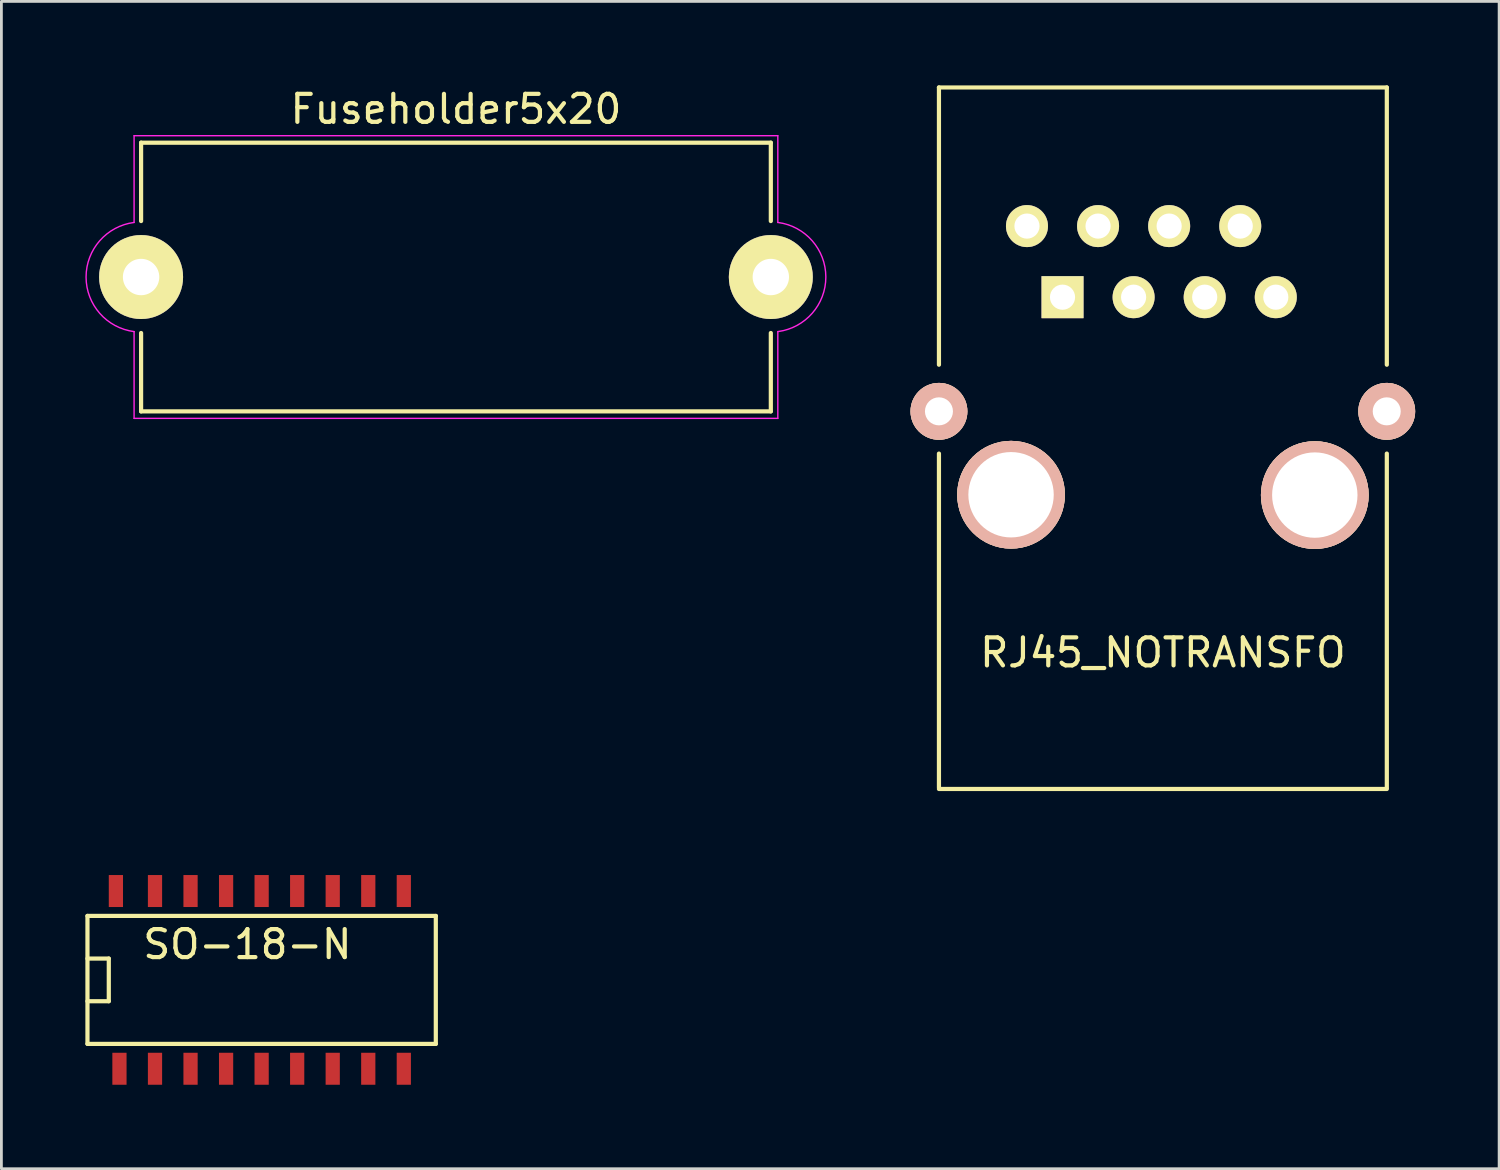
<source format=kicad_pcb>
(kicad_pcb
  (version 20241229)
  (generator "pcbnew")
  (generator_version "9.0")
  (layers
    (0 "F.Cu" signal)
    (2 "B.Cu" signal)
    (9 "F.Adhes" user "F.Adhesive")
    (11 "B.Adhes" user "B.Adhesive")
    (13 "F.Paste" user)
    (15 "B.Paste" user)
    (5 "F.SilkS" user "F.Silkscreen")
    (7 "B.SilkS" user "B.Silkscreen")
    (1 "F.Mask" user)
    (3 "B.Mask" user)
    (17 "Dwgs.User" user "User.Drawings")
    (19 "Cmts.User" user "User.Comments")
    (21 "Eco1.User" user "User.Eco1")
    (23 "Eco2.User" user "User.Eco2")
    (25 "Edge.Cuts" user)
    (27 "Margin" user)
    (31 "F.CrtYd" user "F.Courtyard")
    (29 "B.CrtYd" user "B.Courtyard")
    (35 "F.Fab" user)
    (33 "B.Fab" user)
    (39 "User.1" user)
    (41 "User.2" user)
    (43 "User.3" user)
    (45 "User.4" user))
  (footprint "SO-18-N"
    (layer "F.Cu")
    (at 6.298 31.961)
    (property "Reference" "SO-18-N" (at -0.508 -1.27 0) (layer "F.SilkS") (effects (font (size 1 1) (thickness 0.15))))
    (attr smd)
    (fp_line (start -6.223 -0.762) (end -5.461 -0.762) (stroke (width 0.15) (type solid)) (layer "F.SilkS"))
    (fp_line (start -6.223 2.286) (end -6.223 -2.286) (stroke (width 0.15) (type solid)) (layer "F.SilkS"))
    (fp_line (start -5.461 -0.762) (end -5.461 0.762) (stroke (width 0.15) (type solid)) (layer "F.SilkS"))
    (fp_line (start -5.461 0.762) (end -6.223 0.762) (stroke (width 0.15) (type solid)) (layer "F.SilkS"))
    (fp_line (start 6.223 -2.286) (end -6.223 -2.286) (stroke (width 0.15) (type solid)) (layer "F.SilkS"))
    (fp_line (start 6.223 -2.286) (end 6.223 2.286) (stroke (width 0.15) (type solid)) (layer "F.SilkS"))
    (fp_line (start 6.223 2.286) (end -6.223 2.286) (stroke (width 0.15) (type solid)) (layer "F.SilkS"))
    (pad "1" smd rect (at -5.08 3.175) (size 0.508 1.143) (layers "F.Cu" "F.Mask" "F.Paste"))
    (pad "2" smd rect (at -3.81 3.175) (size 0.508 1.143) (layers "F.Cu" "F.Mask" "F.Paste"))
    (pad "3" smd rect (at -2.54 3.175) (size 0.508 1.143) (layers "F.Cu" "F.Mask" "F.Paste"))
    (pad "4" smd rect (at -1.27 3.175) (size 0.508 1.143) (layers "F.Cu" "F.Mask" "F.Paste"))
    (pad "5" smd rect (at 0 3.175) (size 0.508 1.143) (layers "F.Cu" "F.Mask" "F.Paste"))
    (pad "6" smd rect (at 1.27 3.175) (size 0.508 1.143) (layers "F.Cu" "F.Mask" "F.Paste"))
    (pad "7" smd rect (at 2.54 3.175) (size 0.508 1.143) (layers "F.Cu" "F.Mask" "F.Paste"))
    (pad "8" smd rect (at 3.81 3.175) (size 0.508 1.143) (layers "F.Cu" "F.Mask" "F.Paste"))
    (pad "9" smd rect (at 5.08 3.175) (size 0.508 1.143) (layers "F.Cu" "F.Mask" "F.Paste"))
    (pad "10" smd rect (at 5.08 -3.175) (size 0.508 1.143) (layers "F.Cu" "F.Mask" "F.Paste"))
    (pad "11" smd rect (at 3.81 -3.175) (size 0.508 1.143) (layers "F.Cu" "F.Mask" "F.Paste"))
    (pad "12" smd rect (at 2.54 -3.175) (size 0.508 1.143) (layers "F.Cu" "F.Mask" "F.Paste"))
    (pad "13" smd rect (at 1.27 -3.175) (size 0.508 1.143) (layers "F.Cu" "F.Mask" "F.Paste"))
    (pad "14" smd rect (at 0 -3.175) (size 0.508 1.143) (layers "F.Cu" "F.Mask" "F.Paste"))
    (pad "15" smd rect (at -1.27 -3.175) (size 0.508 1.143) (layers "F.Cu" "F.Mask" "F.Paste"))
    (pad "16" smd rect (at -2.54 -3.175) (size 0.508 1.143) (layers "F.Cu" "F.Mask" "F.Paste"))
    (pad "17" smd rect (at -3.81 -3.175) (size 0.508 1.143) (layers "F.Cu" "F.Mask" "F.Paste"))
    (pad "18" smd rect (at -5.207 -3.175) (size 0.508 1.143) (layers "F.Cu" "F.Mask" "F.Paste")))
  (footprint "RJ45_NOTRANSFO"
    (layer "F.Cu")
    (at 38.499 12.14)
    (property "Reference" "RJ45_NOTRANSFO" (at 0 8.128 0) (layer "F.SilkS") (effects (font (size 1 1) (thickness 0.15))))
    (attr through_hole)
    (fp_line (start -8.001 -2.159) (end -8.001 -12.065) (stroke (width 0.15) (type solid)) (layer "F.SilkS"))
    (fp_line (start -8.001 12.954) (end -8.001 1.016) (stroke (width 0.15) (type solid)) (layer "F.SilkS"))
    (fp_line (start -8.001 13) (end 8.001 13) (stroke (width 0.15) (type solid)) (layer "F.SilkS"))
    (fp_line (start 8.001 -12.065) (end -8.001 -12.065) (stroke (width 0.15) (type solid)) (layer "F.SilkS"))
    (fp_line (start 8.001 -2.159) (end 8.001 -12.065) (stroke (width 0.15) (type solid)) (layer "F.SilkS"))
    (fp_line (start 8.001 12.954) (end 8.001 1.016) (stroke (width 0.15) (type solid)) (layer "F.SilkS"))
    (pad "" thru_hole circle (at -8.001 -0.493) (size 2.032 2.032) (drill 1.001) (layers "*.Cu" "*.SilkS" "*.Mask"))
    (pad "" thru_hole circle (at 7.998 -0.493) (size 2.032 2.032) (drill 1.001) (layers "*.Cu" "*.SilkS" "*.Mask"))
    (pad "1" thru_hole rect (at -3.586 -4.572) (size 1.501 1.501) (drill 0.899) (layers "*.Cu" "*.Mask" "F.SilkS"))
    (pad "2" thru_hole circle (at -4.856 -7.112) (size 1.501 1.501) (drill 0.899) (layers "*.Cu" "*.Mask" "F.SilkS"))
    (pad "3" thru_hole circle (at -1.046 -4.572) (size 1.501 1.501) (drill 0.899) (layers "*.Cu" "*.Mask" "F.SilkS"))
    (pad "4" thru_hole circle (at -2.316 -7.112) (size 1.501 1.501) (drill 0.899) (layers "*.Cu" "*.Mask" "F.SilkS"))
    (pad "5" thru_hole circle (at 1.494 -4.572) (size 1.501 1.501) (drill 0.899) (layers "*.Cu" "*.Mask" "F.SilkS"))
    (pad "6" thru_hole circle (at 0.224 -7.112) (size 1.501 1.501) (drill 0.899) (layers "*.Cu" "*.Mask" "F.SilkS"))
    (pad "7" thru_hole circle (at 4.034 -4.572) (size 1.501 1.501) (drill 0.899) (layers "*.Cu" "*.Mask" "F.SilkS"))
    (pad "8" thru_hole circle (at 2.764 -7.112) (size 1.501 1.501) (drill 0.899) (layers "*.Cu" "*.Mask" "F.SilkS"))
    (pad "Hole" thru_hole circle (at -5.425 2.487) (size 3.851 3.851) (drill 3.051) (layers "*.Cu" "*.SilkS" "*.Mask"))
    (pad "Hole" thru_hole circle (at 5.428 2.499) (size 3.851 3.851) (drill 3.051) (layers "*.Cu" "*.SilkS" "*.Mask")))
  (footprint "Fuseholder5x20"
    (layer "F.Cu")
    (at 1.991 6.848)
    (property "Reference" "Fuseholder5x20" (at 11.25 -6 0) (layer "F.SilkS") (effects (font (size 1 1) (thickness 0.15))))
    (attr through_hole)
    (fp_line (start 0 -4.8) (end 22.5 -4.8) (stroke (width 0.15) (type solid)) (layer "F.SilkS"))
    (fp_line (start 0 -2) (end 0 -4.8) (stroke (width 0.15) (type solid)) (layer "F.SilkS"))
    (fp_line (start 0 4.8) (end 0 2) (stroke (width 0.15) (type solid)) (layer "F.SilkS"))
    (fp_line (start 0 4.8) (end 22.5 4.8) (stroke (width 0.15) (type solid)) (layer "F.SilkS"))
    (fp_line (start 22.5 -2) (end 22.5 -4.8) (stroke (width 0.15) (type solid)) (layer "F.SilkS"))
    (fp_line (start 22.5 4.8) (end 22.5 2) (stroke (width 0.15) (type solid)) (layer "F.SilkS"))
    (fp_line (start -0.25 -5.05) (end 22.75 -5.05) (stroke (width 0.05) (type solid)) (layer "F.CrtYd"))
    (fp_line (start -0.25 -1.95) (end -0.25 -5.05) (stroke (width 0.05) (type solid)) (layer "F.CrtYd"))
    (fp_line (start -0.25 5.05) (end -0.25 1.95) (stroke (width 0.05) (type solid)) (layer "F.CrtYd"))
    (fp_line (start 22.75 -1.95) (end 22.75 -5.05) (stroke (width 0.05) (type solid)) (layer "F.CrtYd"))
    (fp_line (start 22.75 1.95) (end 22.75 5.05) (stroke (width 0.05) (type solid)) (layer "F.CrtYd"))
    (fp_line (start 22.75 5.05) (end -0.25 5.05) (stroke (width 0.05) (type solid)) (layer "F.CrtYd"))
    (fp_arc (start -0.25 1.95) (mid -1.96596 0.001518) (end -0.253011 -1.949612) (stroke (width 0.05) (type solid)) (layer "F.CrtYd"))
    (fp_arc (start 22.75 -1.95) (mid 24.46596 -0.001518) (end 22.753011 1.949612) (stroke (width 0.05) (type solid)) (layer "F.CrtYd"))
    (pad "1" thru_hole circle (at 0 0) (size 3 3) (drill 1.3) (layers "*.Cu" "*.Mask" "F.SilkS"))
    (pad "2" thru_hole circle (at 22.5 0) (size 3 3) (drill 1.3) (layers "*.Cu" "*.Mask" "F.SilkS")))
  (gr_rect
    (start -3 -3)
    (end 50.513 38.708)
    (stroke (width 0.1) (type default))
    (fill no)
    (layer "Edge.Cuts")))
</source>
